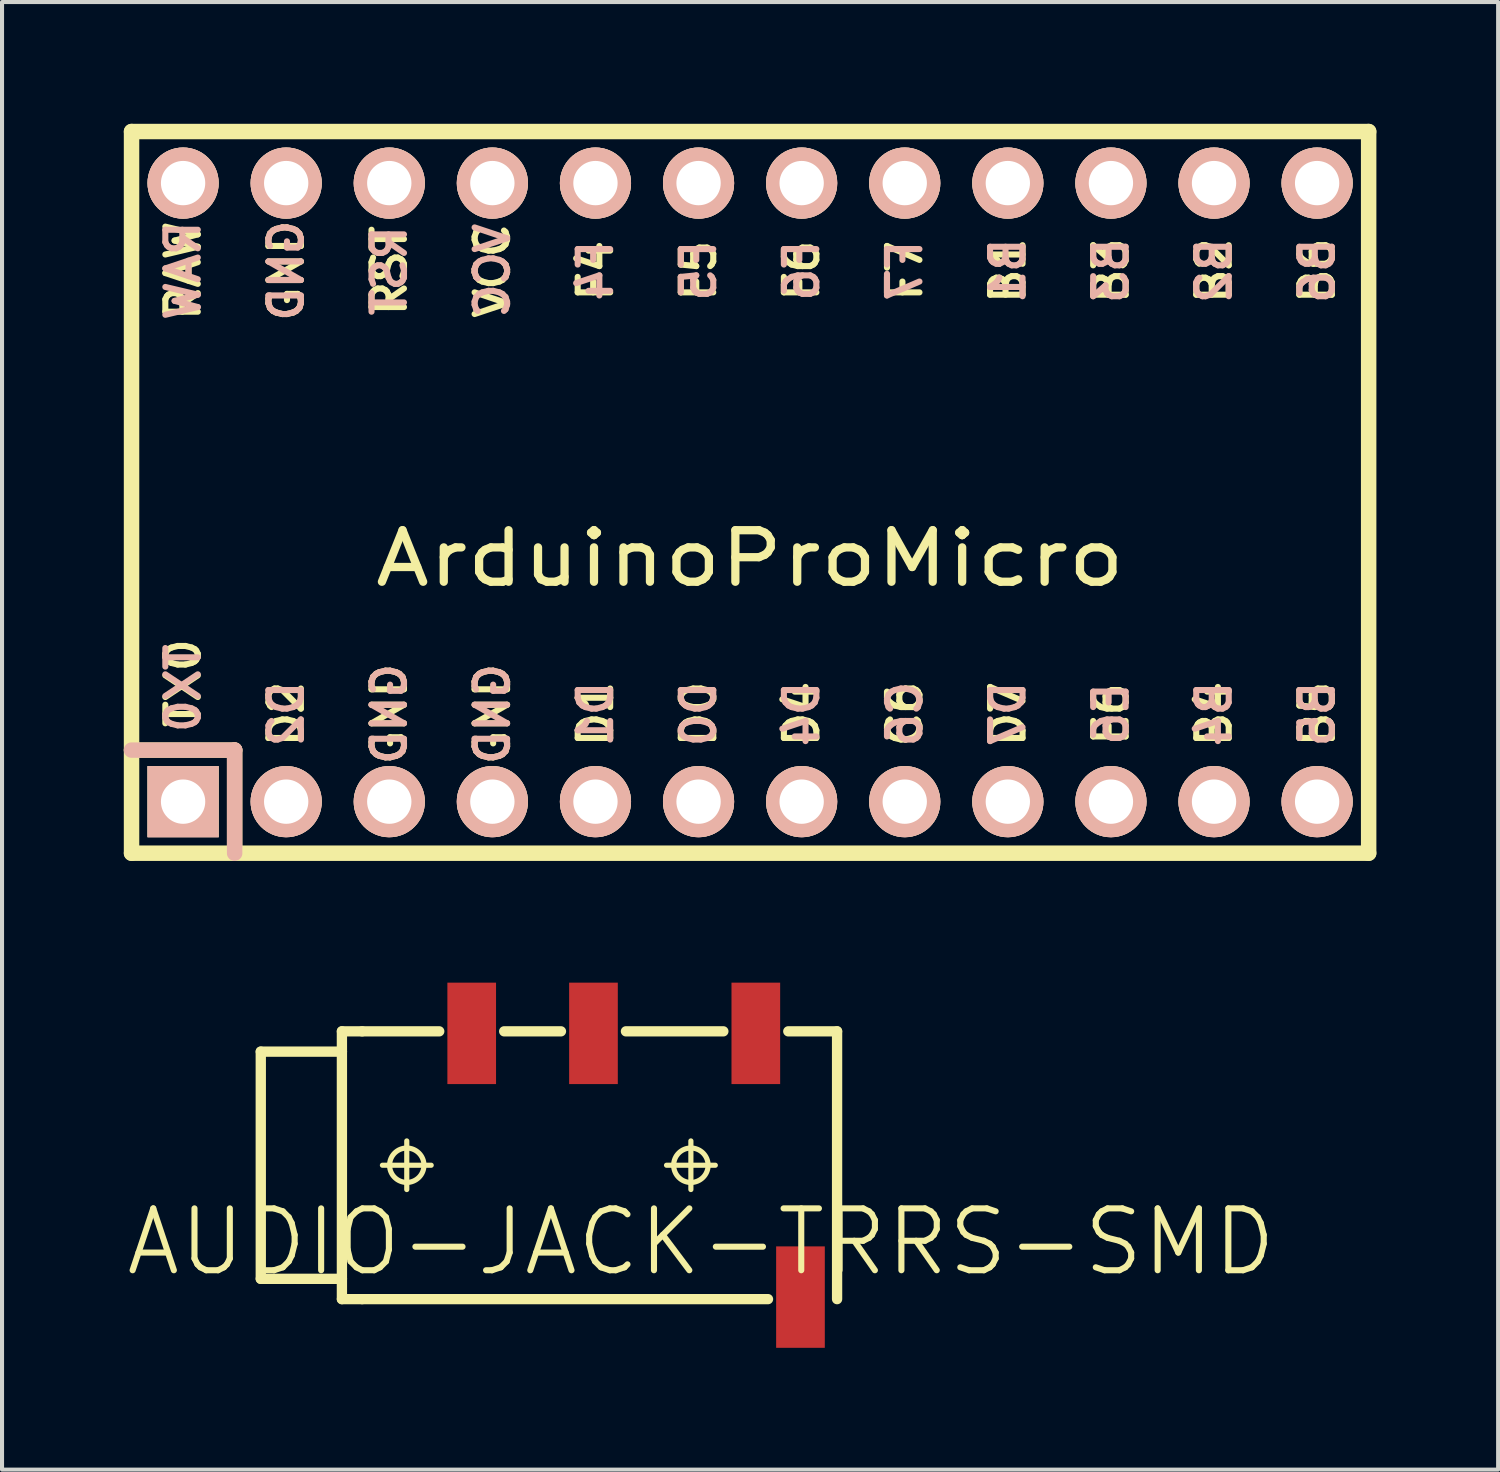
<source format=kicad_pcb>
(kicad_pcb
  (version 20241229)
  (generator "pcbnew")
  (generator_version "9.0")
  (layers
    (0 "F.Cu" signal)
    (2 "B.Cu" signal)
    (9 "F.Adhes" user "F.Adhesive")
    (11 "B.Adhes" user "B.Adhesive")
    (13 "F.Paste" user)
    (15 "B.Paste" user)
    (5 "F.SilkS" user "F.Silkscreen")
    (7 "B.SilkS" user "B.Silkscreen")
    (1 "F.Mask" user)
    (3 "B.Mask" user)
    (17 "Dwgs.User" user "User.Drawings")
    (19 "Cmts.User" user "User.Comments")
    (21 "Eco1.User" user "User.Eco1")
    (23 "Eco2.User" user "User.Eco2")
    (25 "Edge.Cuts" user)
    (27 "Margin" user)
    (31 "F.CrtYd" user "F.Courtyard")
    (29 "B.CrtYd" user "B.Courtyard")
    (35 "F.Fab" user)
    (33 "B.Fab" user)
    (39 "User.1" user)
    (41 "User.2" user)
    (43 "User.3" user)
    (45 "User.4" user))
  (footprint "ArduinoProMicro"
    (layer "F.Cu")
    (at 15.431 9.081)
    (property "Reference" "ArduinoProMicro" (at 0 1.625 0) (layer "F.SilkS") (effects (font (size 1.27 1.524) (thickness 0.203))))
    (attr through_hole)
    (fp_line (start -15.24 -8.89) (end -15.24 8.89) (stroke (width 0.381) (type solid)) (layer "F.SilkS"))
    (fp_line (start -15.24 6.35) (end -12.7 6.35) (stroke (width 0.381) (type solid)) (layer "F.SilkS"))
    (fp_line (start -15.24 8.89) (end 15.24 8.89) (stroke (width 0.381) (type solid)) (layer "F.SilkS"))
    (fp_line (start -12.7 6.35) (end -12.7 8.89) (stroke (width 0.381) (type solid)) (layer "F.SilkS"))
    (fp_line (start 15.24 -8.89) (end -15.24 -8.89) (stroke (width 0.381) (type solid)) (layer "F.SilkS"))
    (fp_line (start 15.24 8.89) (end 15.24 -8.89) (stroke (width 0.381) (type solid)) (layer "F.SilkS"))
    (fp_line (start -15.24 6.35) (end -12.7 6.35) (stroke (width 0.381) (type solid)) (layer "B.SilkS"))
    (fp_line (start -12.7 6.35) (end -12.7 8.89) (stroke (width 0.381) (type solid)) (layer "B.SilkS"))
    (fp_text user "D7" (at 6.35 5.461 90) (layer "F.SilkS") (effects (font (size 0.8 0.8) (thickness 0.15))))
    (fp_text user "B4" (at 11.43 5.461 90) (layer "F.SilkS") (effects (font (size 0.8 0.8) (thickness 0.15))))
    (fp_text user "RAW" (at -13.97 -5.461 90) (layer "F.SilkS") (effects (font (size 0.8 0.8) (thickness 0.15))))
    (fp_text user "TX0" (at -13.97 4.699 90) (layer "F.SilkS") (effects (font (size 0.8 0.8) (thickness 0.15))))
    (fp_text user "GND" (at -6.35 5.461 90) (layer "F.SilkS") (effects (font (size 0.8 0.8) (thickness 0.15))))
    (fp_text user "GND" (at -8.89 5.461 90) (layer "F.SilkS") (effects (font (size 0.8 0.8) (thickness 0.15))))
    (fp_text user "GND" (at -11.43 -5.461 90) (layer "F.SilkS") (effects (font (size 0.8 0.8) (thickness 0.15))))
    (fp_text user "B5" (at 13.97 5.461 90) (layer "F.SilkS") (effects (font (size 0.8 0.8) (thickness 0.15))))
    (fp_text user "B6" (at 13.97 -5.461 90) (layer "F.SilkS") (effects (font (size 0.8 0.8) (thickness 0.15))))
    (fp_text user "E6" (at 8.89 5.461 90) (layer "F.SilkS") (effects (font (size 0.8 0.8) (thickness 0.15))))
    (fp_text user "F7" (at 3.81 -5.461 90) (layer "F.SilkS") (effects (font (size 0.8 0.8) (thickness 0.15))))
    (fp_text user "F5" (at -1.27 -5.461 90) (layer "F.SilkS") (effects (font (size 0.8 0.8) (thickness 0.15))))
    (fp_text user "RST" (at -8.89 -5.461 90) (layer "F.SilkS") (effects (font (size 0.8 0.8) (thickness 0.15))))
    (fp_text user "C6" (at 3.81 5.461 90) (layer "F.SilkS") (effects (font (size 0.8 0.8) (thickness 0.15))))
    (fp_text user "F6" (at 1.27 -5.461 90) (layer "F.SilkS") (effects (font (size 0.8 0.8) (thickness 0.15))))
    (fp_text user "VCC" (at -6.35 -5.461 90) (layer "F.SilkS") (effects (font (size 0.8 0.8) (thickness 0.15))))
    (fp_text user "D1" (at -3.81 5.461 90) (layer "F.SilkS") (effects (font (size 0.8 0.8) (thickness 0.15))))
    (fp_text user "B3" (at 8.89 -5.461 90) (layer "F.SilkS") (effects (font (size 0.8 0.8) (thickness 0.15))))
    (fp_text user "B1" (at 6.35 -5.461 90) (layer "F.SilkS") (effects (font (size 0.8 0.8) (thickness 0.15))))
    (fp_text user "D2" (at -11.43 5.461 90) (layer "F.SilkS") (effects (font (size 0.8 0.8) (thickness 0.15))))
    (fp_text user "D4" (at 1.27 5.461 90) (layer "F.SilkS") (effects (font (size 0.8 0.8) (thickness 0.15))))
    (fp_text user "F4" (at -3.81 -5.461 90) (layer "F.SilkS") (effects (font (size 0.8 0.8) (thickness 0.15))))
    (fp_text user "B2" (at 11.43 -5.461 90) (layer "F.SilkS") (effects (font (size 0.8 0.8) (thickness 0.15))))
    (fp_text user "D0" (at -1.27 5.461 90) (layer "F.SilkS") (effects (font (size 0.8 0.8) (thickness 0.15))))
    (fp_text user "F6" (at 1.27 -5.461 90) (layer "B.SilkS") (effects (font (size 0.8 0.8) (thickness 0.15)) (justify mirror)))
    (fp_text user "E6" (at 8.89 5.461 90) (layer "B.SilkS") (effects (font (size 0.8 0.8) (thickness 0.15)) (justify mirror)))
    (fp_text user "B6" (at 13.97 -5.461 90) (layer "B.SilkS") (effects (font (size 0.8 0.8) (thickness 0.15)) (justify mirror)))
    (fp_text user "B4" (at 11.43 5.461 90) (layer "B.SilkS") (effects (font (size 0.8 0.8) (thickness 0.15)) (justify mirror)))
    (fp_text user "TX0" (at -13.97 4.826 90) (layer "B.SilkS") (effects (font (size 0.8 0.8) (thickness 0.15)) (justify mirror)))
    (fp_text user "F7" (at 3.81 -5.461 90) (layer "B.SilkS") (effects (font (size 0.8 0.8) (thickness 0.15)) (justify mirror)))
    (fp_text user "D1" (at -3.81 5.461 90) (layer "B.SilkS") (effects (font (size 0.8 0.8) (thickness 0.15)) (justify mirror)))
    (fp_text user "B3" (at 8.89 -5.461 90) (layer "B.SilkS") (effects (font (size 0.8 0.8) (thickness 0.15)) (justify mirror)))
    (fp_text user "GND" (at -6.35 5.461 90) (layer "B.SilkS") (effects (font (size 0.8 0.8) (thickness 0.15)) (justify mirror)))
    (fp_text user "F5" (at -1.27 -5.461 90) (layer "B.SilkS") (effects (font (size 0.8 0.8) (thickness 0.15)) (justify mirror)))
    (fp_text user "C6" (at 3.81 5.461 90) (layer "B.SilkS") (effects (font (size 0.8 0.8) (thickness 0.15)) (justify mirror)))
    (fp_text user "B5" (at 13.97 5.461 90) (layer "B.SilkS") (effects (font (size 0.8 0.8) (thickness 0.15)) (justify mirror)))
    (fp_text user "RST" (at -8.89 -5.461 90) (layer "B.SilkS") (effects (font (size 0.8 0.8) (thickness 0.15)) (justify mirror)))
    (fp_text user "F4" (at -3.81 -5.461 90) (layer "B.SilkS") (effects (font (size 0.8 0.8) (thickness 0.15)) (justify mirror)))
    (fp_text user "B2" (at 11.43 -5.461 90) (layer "B.SilkS") (effects (font (size 0.8 0.8) (thickness 0.15)) (justify mirror)))
    (fp_text user "D2" (at -11.43 5.461 90) (layer "B.SilkS") (effects (font (size 0.8 0.8) (thickness 0.15)) (justify mirror)))
    (fp_text user "GND" (at -11.43 -5.461 90) (layer "B.SilkS") (effects (font (size 0.8 0.8) (thickness 0.15)) (justify mirror)))
    (fp_text user "GND" (at -8.89 5.461 90) (layer "B.SilkS") (effects (font (size 0.8 0.8) (thickness 0.15)) (justify mirror)))
    (fp_text user "D7" (at 6.35 5.461 90) (layer "B.SilkS") (effects (font (size 0.8 0.8) (thickness 0.15)) (justify mirror)))
    (fp_text user "D0" (at -1.27 5.461 90) (layer "B.SilkS") (effects (font (size 0.8 0.8) (thickness 0.15)) (justify mirror)))
    (fp_text user "VCC" (at -6.35 -5.461 90) (layer "B.SilkS") (effects (font (size 0.8 0.8) (thickness 0.15)) (justify mirror)))
    (fp_text user "RAW" (at -13.97 -5.461 90) (layer "B.SilkS") (effects (font (size 0.8 0.8) (thickness 0.15)) (justify mirror)))
    (fp_text user "B1" (at 6.35 -5.461 90) (layer "B.SilkS") (effects (font (size 0.8 0.8) (thickness 0.15)) (justify mirror)))
    (fp_text user "D4" (at 1.27 5.461 90) (layer "B.SilkS") (effects (font (size 0.8 0.8) (thickness 0.15)) (justify mirror)))
    (pad "1" thru_hole rect (at -13.97 7.62) (size 1.753 1.753) (drill 1.092) (layers "*.Cu" "*.SilkS" "*.Mask"))
    (pad "2" thru_hole circle (at -11.43 7.62) (size 1.753 1.753) (drill 1.092) (layers "*.Cu" "*.SilkS" "*.Mask"))
    (pad "3" thru_hole circle (at -8.89 7.62) (size 1.753 1.753) (drill 1.092) (layers "*.Cu" "*.SilkS" "*.Mask"))
    (pad "4" thru_hole circle (at -6.35 7.62) (size 1.753 1.753) (drill 1.092) (layers "*.Cu" "*.SilkS" "*.Mask"))
    (pad "5" thru_hole circle (at -3.81 7.62) (size 1.753 1.753) (drill 1.092) (layers "*.Cu" "*.SilkS" "*.Mask"))
    (pad "6" thru_hole circle (at -1.27 7.62) (size 1.753 1.753) (drill 1.092) (layers "*.Cu" "*.SilkS" "*.Mask"))
    (pad "7" thru_hole circle (at 1.27 7.62) (size 1.753 1.753) (drill 1.092) (layers "*.Cu" "*.SilkS" "*.Mask"))
    (pad "8" thru_hole circle (at 3.81 7.62) (size 1.753 1.753) (drill 1.092) (layers "*.Cu" "*.SilkS" "*.Mask"))
    (pad "9" thru_hole circle (at 6.35 7.62) (size 1.753 1.753) (drill 1.092) (layers "*.Cu" "*.SilkS" "*.Mask"))
    (pad "10" thru_hole circle (at 8.89 7.62) (size 1.753 1.753) (drill 1.092) (layers "*.Cu" "*.SilkS" "*.Mask"))
    (pad "11" thru_hole circle (at 11.43 7.62) (size 1.753 1.753) (drill 1.092) (layers "*.Cu" "*.SilkS" "*.Mask"))
    (pad "12" thru_hole circle (at 13.97 7.62) (size 1.753 1.753) (drill 1.092) (layers "*.Cu" "*.SilkS" "*.Mask"))
    (pad "13" thru_hole circle (at 13.97 -7.62) (size 1.753 1.753) (drill 1.092) (layers "*.Cu" "*.SilkS" "*.Mask"))
    (pad "14" thru_hole circle (at 11.43 -7.62) (size 1.753 1.753) (drill 1.092) (layers "*.Cu" "*.SilkS" "*.Mask"))
    (pad "15" thru_hole circle (at 8.89 -7.62) (size 1.753 1.753) (drill 1.092) (layers "*.Cu" "*.SilkS" "*.Mask"))
    (pad "16" thru_hole circle (at 6.35 -7.62) (size 1.753 1.753) (drill 1.092) (layers "*.Cu" "*.SilkS" "*.Mask"))
    (pad "17" thru_hole circle (at 3.81 -7.62) (size 1.753 1.753) (drill 1.092) (layers "*.Cu" "*.SilkS" "*.Mask"))
    (pad "18" thru_hole circle (at 1.27 -7.62) (size 1.753 1.753) (drill 1.092) (layers "*.Cu" "*.SilkS" "*.Mask"))
    (pad "19" thru_hole circle (at -1.27 -7.62) (size 1.753 1.753) (drill 1.092) (layers "*.Cu" "*.SilkS" "*.Mask"))
    (pad "20" thru_hole circle (at -3.81 -7.62) (size 1.753 1.753) (drill 1.092) (layers "*.Cu" "*.SilkS" "*.Mask"))
    (pad "21" thru_hole circle (at -6.35 -7.62) (size 1.753 1.753) (drill 1.092) (layers "*.Cu" "*.SilkS" "*.Mask"))
    (pad "22" thru_hole circle (at -8.89 -7.62) (size 1.753 1.753) (drill 1.092) (layers "*.Cu" "*.SilkS" "*.Mask"))
    (pad "23" thru_hole circle (at -11.43 -7.62) (size 1.753 1.753) (drill 1.092) (layers "*.Cu" "*.SilkS" "*.Mask"))
    (pad "24" thru_hole circle (at -13.97 -7.62) (size 1.753 1.753) (drill 1.092) (layers "*.Cu" "*.SilkS" "*.Mask")))
  (footprint "AUDIO-JACK-TRRS-SMD"
    (layer "F.Cu")
    (at 5.374 25.659)
    (property "Reference" "AUDIO-JACK-TRRS-SMD" (at 8.85 1.89 0) (layer "F.SilkS") (effects (font (size 1.524 1.524) (thickness 0.15))))
    (attr smd)
    (fp_line (start -1.999 -2.799) (end -1.999 2.799) (stroke (width 0.254) (type solid)) (layer "F.SilkS"))
    (fp_line (start -1.999 2.799) (end 0 2.799) (stroke (width 0.254) (type solid)) (layer "F.SilkS"))
    (fp_line (start 0 -3.299) (end 0 -2.799) (stroke (width 0.254) (type solid)) (layer "F.SilkS"))
    (fp_line (start 0 -2.799) (end -1.999 -2.799) (stroke (width 0.254) (type solid)) (layer "F.SilkS"))
    (fp_line (start 0 -2.799) (end 0 2.799) (stroke (width 0.254) (type solid)) (layer "F.SilkS"))
    (fp_line (start 0 2.799) (end 0 3.299) (stroke (width 0.254) (type solid)) (layer "F.SilkS"))
    (fp_line (start 0 3.299) (end 0.498 3.299) (stroke (width 0.254) (type solid)) (layer "F.SilkS"))
    (fp_line (start 0.498 -3.299) (end 0 -3.299) (stroke (width 0.254) (type solid)) (layer "F.SilkS"))
    (fp_line (start 0.498 -3.299) (end 2.398 -3.299) (stroke (width 0.254) (type solid)) (layer "F.SilkS"))
    (fp_line (start 0.498 3.299) (end 10.498 3.299) (stroke (width 0.254) (type solid)) (layer "F.SilkS"))
    (fp_line (start 0.998 0) (end 2.2 0) (stroke (width 0.127) (type solid)) (layer "F.SilkS"))
    (fp_line (start 1.598 0.599) (end 1.598 -0.599) (stroke (width 0.127) (type solid)) (layer "F.SilkS"))
    (fp_line (start 3.998 -3.299) (end 5.397 -3.299) (stroke (width 0.254) (type solid)) (layer "F.SilkS"))
    (fp_line (start 6.998 -3.299) (end 9.398 -3.299) (stroke (width 0.254) (type solid)) (layer "F.SilkS"))
    (fp_line (start 7.998 0) (end 9.2 0) (stroke (width 0.127) (type solid)) (layer "F.SilkS"))
    (fp_line (start 8.598 0.599) (end 8.598 -0.599) (stroke (width 0.127) (type solid)) (layer "F.SilkS"))
    (fp_line (start 12.2 -3.299) (end 10.998 -3.299) (stroke (width 0.254) (type solid)) (layer "F.SilkS"))
    (fp_line (start 12.2 -3.299) (end 12.2 3.299) (stroke (width 0.254) (type solid)) (layer "F.SilkS"))
    (fp_circle (center 1.598 0) (end 1.897 0.3) (stroke (width 0.127) (type solid)) (fill no) (layer "F.SilkS"))
    (fp_circle (center 8.598 0) (end 8.898 0.3) (stroke (width 0.127) (type solid)) (fill no) (layer "F.SilkS"))
    (pad "1" smd rect (at 3.198 -3.249 180) (size 1.199 2.499) (layers "F.Cu" "F.Mask" "F.Paste"))
    (pad "2" smd rect (at 6.198 -3.249) (size 1.199 2.499) (layers "F.Cu" "F.Mask" "F.Paste"))
    (pad "3" smd rect (at 10.198 -3.249) (size 1.199 2.499) (layers "F.Cu" "F.Mask" "F.Paste"))
    (pad "4" smd rect (at 11.298 3.249) (size 1.199 2.499) (layers "F.Cu" "F.Mask" "F.Paste")))
  (gr_rect
    (start -3 -3)
    (end 33.861 33.158)
    (stroke (width 0.1) (type default))
    (fill no)
    (layer "Edge.Cuts")))
</source>
